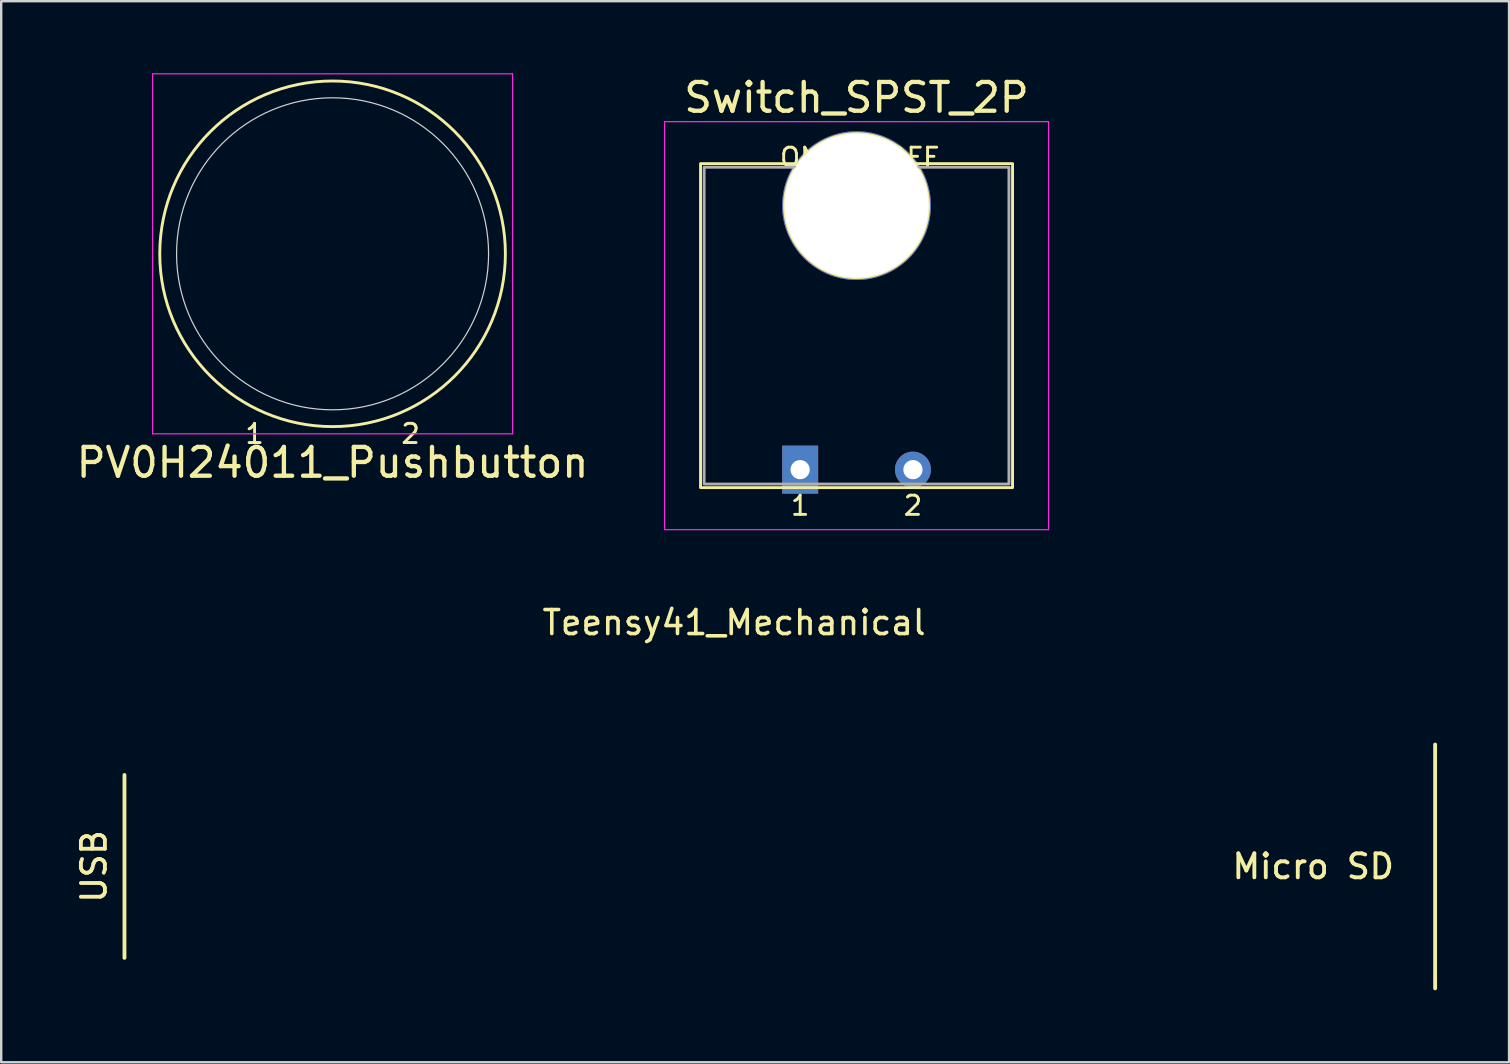
<source format=kicad_pcb>
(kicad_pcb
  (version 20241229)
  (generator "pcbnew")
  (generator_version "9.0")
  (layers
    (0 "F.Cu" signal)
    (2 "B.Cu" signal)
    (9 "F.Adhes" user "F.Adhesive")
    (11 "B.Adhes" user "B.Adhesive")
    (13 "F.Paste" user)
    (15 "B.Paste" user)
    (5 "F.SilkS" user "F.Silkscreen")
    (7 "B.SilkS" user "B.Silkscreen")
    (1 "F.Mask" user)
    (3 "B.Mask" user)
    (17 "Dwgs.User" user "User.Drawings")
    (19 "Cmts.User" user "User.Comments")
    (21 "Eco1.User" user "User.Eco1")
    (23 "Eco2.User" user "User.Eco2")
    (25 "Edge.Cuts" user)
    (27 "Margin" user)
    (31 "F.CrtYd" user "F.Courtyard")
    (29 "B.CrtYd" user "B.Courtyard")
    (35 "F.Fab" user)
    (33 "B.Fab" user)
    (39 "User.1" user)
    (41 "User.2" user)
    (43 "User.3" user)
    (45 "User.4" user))
  (footprint "Teensy41_Mechanical"
    (layer "F.Cu")
    (at 27.536 33.051)
    (property "Reference" "Teensy41_Mechanical" (at 0 -10.16 0) (layer "F.SilkS") (effects (font (size 1 1) (thickness 0.15))))
    (attr through_hole)
    (fp_line (start -25.4 3.81) (end -25.4 -3.81) (stroke (width 0.16) (type solid)) (layer "F.SilkS"))
    (fp_line (start 29.21 -5.08) (end 29.21 5.08) (stroke (width 0.16) (type solid)) (layer "F.SilkS"))
    (fp_text user "USB" (at -26.67 0 270) (layer "F.SilkS") (effects (font (size 1 1) (thickness 0.16))))
    (fp_text user "Micro SD" (at 24.13 0 0) (layer "F.SilkS") (effects (font (size 1 1) (thickness 0.16)))))
  (footprint "Switch_SPST_2P"
    (layer "F.Cu")
    (at 32.639 10.518)
    (property "Reference" "Switch_SPST_2P" (at 0 -9.5 0) (layer "F.SilkS") (effects (font (size 1.2 1.2) (thickness 0.18))))
    (attr through_hole)
    (fp_rect (start -6.5 -6.75) (end 6.5 6.75) (stroke (width 0.12) (type solid)) (fill no) (layer "F.SilkS"))
    (fp_circle (center 0 -5) (end 3 -5) (stroke (width 0.12) (type solid)) (fill no) (layer "F.SilkS"))
    (fp_line (start -8 -8.5) (end 8 -8.5) (stroke (width 0.05) (type solid)) (layer "F.CrtYd"))
    (fp_line (start -8 8.5) (end -8 -8.5) (stroke (width 0.05) (type solid)) (layer "F.CrtYd"))
    (fp_line (start 8 -8.5) (end 8 8.5) (stroke (width 0.05) (type solid)) (layer "F.CrtYd"))
    (fp_line (start 8 8.5) (end -8 8.5) (stroke (width 0.05) (type solid)) (layer "F.CrtYd"))
    (fp_rect (start -6.35 -6.6) (end 6.35 6.6) (stroke (width 0.12) (type solid)) (fill no) (layer "F.Fab"))
    (fp_text user "ON" (at -2.35 -7 0) (layer "F.SilkS") (effects (font (size 0.8 0.8) (thickness 0.12))))
    (fp_text user "OFF" (at 2.35 -7 0) (layer "F.SilkS") (effects (font (size 0.8 0.8) (thickness 0.12))))
    (fp_text user "2" (at 2.35 7.5 0) (layer "F.SilkS") (effects (font (size 0.8 0.8) (thickness 0.12))))
    (fp_text user "1" (at -2.35 7.5 0) (layer "F.SilkS") (effects (font (size 0.8 0.8) (thickness 0.12))))
    (pad "" np_thru_hole circle (at 0 -5) (size 6.2 6.2) (drill 6) (layers "*.Cu" "*.Mask"))
    (pad "1" thru_hole rect (at -2.35 6) (size 1.5 2) (drill 0.8) (layers "*.Cu" "*.Mask"))
    (pad "2" thru_hole circle (at 2.35 6) (size 1.5 1.5) (drill 0.8) (layers "*.Cu" "*.Mask")))
  (footprint "PV0H24011_Pushbutton"
    (layer "F.Cu")
    (at 10.807 7.525)
    (property "Reference" "PV0H24011_Pushbutton" (at 0 8.7 0) (layer "F.SilkS") (effects (font (size 1.2 1.2) (thickness 0.18))))
    (attr through_hole)
    (fp_circle (center 0 0) (end 7.2 0) (stroke (width 0.12) (type solid)) (fill no) (layer "F.SilkS"))
    (fp_circle (center 0 0) (end 6.5 0) (stroke (width 0.05) (type solid)) (fill no) (layer "Edge.Cuts"))
    (fp_line (start -7.5 -7.5) (end 7.5 -7.5) (stroke (width 0.05) (type solid)) (layer "F.CrtYd"))
    (fp_line (start -7.5 7.5) (end -7.5 -7.5) (stroke (width 0.05) (type solid)) (layer "F.CrtYd"))
    (fp_line (start 7.5 -7.5) (end 7.5 7.5) (stroke (width 0.05) (type solid)) (layer "F.CrtYd"))
    (fp_line (start 7.5 7.5) (end -7.5 7.5) (stroke (width 0.05) (type solid)) (layer "F.CrtYd"))
    (fp_text user "2" (at 3.25 7.5 0) (layer "F.SilkS") (effects (font (size 0.8 0.8) (thickness 0.12))))
    (fp_text user "1" (at -3.25 7.5 0) (layer "F.SilkS") (effects (font (size 0.8 0.8) (thickness 0.12)))))
  (gr_rect
    (start -3 -3)
    (end 59.826 41.211)
    (stroke (width 0.1) (type default))
    (fill no)
    (layer "Edge.Cuts")))
</source>
